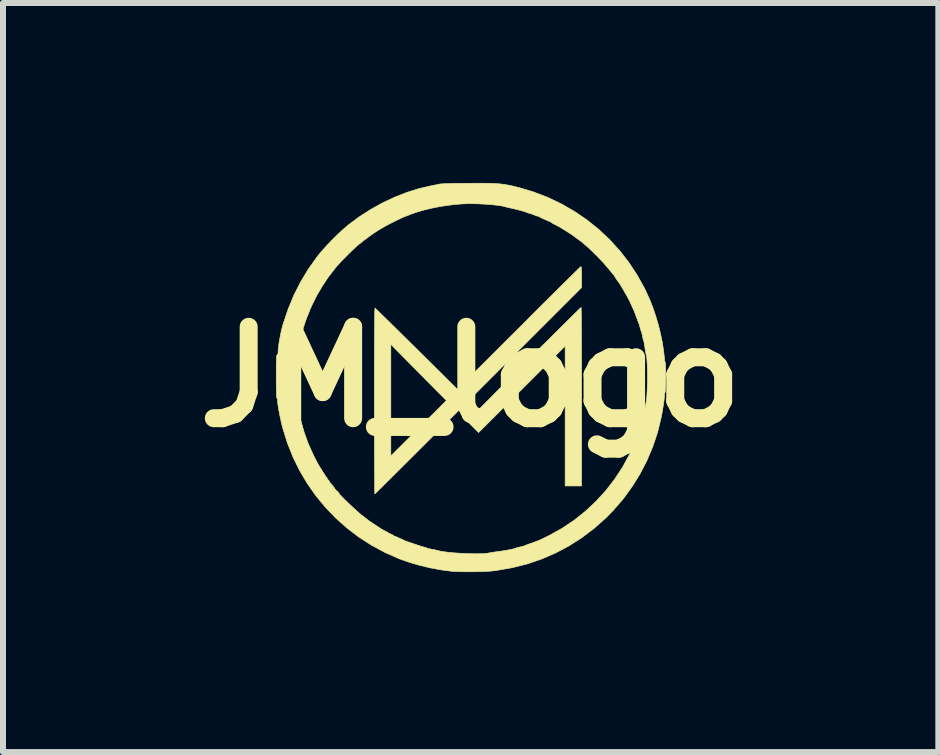
<source format=kicad_pcb>
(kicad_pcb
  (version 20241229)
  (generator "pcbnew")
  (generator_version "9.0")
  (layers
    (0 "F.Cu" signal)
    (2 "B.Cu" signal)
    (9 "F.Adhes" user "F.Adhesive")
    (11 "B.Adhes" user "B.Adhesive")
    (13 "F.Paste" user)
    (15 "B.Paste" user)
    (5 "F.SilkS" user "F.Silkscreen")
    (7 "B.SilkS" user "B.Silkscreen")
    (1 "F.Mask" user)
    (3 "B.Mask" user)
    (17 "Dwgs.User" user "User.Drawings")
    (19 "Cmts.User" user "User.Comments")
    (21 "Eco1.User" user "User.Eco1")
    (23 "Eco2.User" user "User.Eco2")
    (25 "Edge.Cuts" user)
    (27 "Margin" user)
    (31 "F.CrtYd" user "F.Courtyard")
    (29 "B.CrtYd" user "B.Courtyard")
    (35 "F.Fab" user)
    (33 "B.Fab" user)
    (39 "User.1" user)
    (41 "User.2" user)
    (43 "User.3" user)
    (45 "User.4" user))
  (footprint "JM_logo"
    (layer "F.Cu")
    (at 4.797 3.233)
    (property "Reference" "JM_logo" (at 0 0 0) (layer "F.SilkS") (effects (font (size 1.524 1.524) (thickness 0.3))))
    (attr through_hole)
    (fp_poly (pts (xy 1.842 -1.148) (xy 1.843 -1.119) (xy 1.844 -1.072) (xy 1.845 -1.008) (xy 1.846 -0.928) (xy 1.846 -0.833) (xy 1.847 -0.725) (xy 1.847 -0.604) (xy 1.848 -0.472) (xy 1.848 -0.33) (xy 1.849 -0.178) (xy 1.849 -0.019) (xy 1.849 0.147) (xy 1.849 0.319) (xy 1.849 0.33) (xy 1.849 1.819) (xy 1.575 1.819) (xy 1.575 -0.513) (xy 0.854 0.208) (xy 0.132 0.929) (xy 0.041 0.838) (xy 0.006 0.803) (xy -0.022 0.772) (xy -0.042 0.75) (xy -0.051 0.737) (xy -0.051 0.737) (xy -0.044 0.729) (xy -0.023 0.707) (xy 0.009 0.673) (xy 0.053 0.628) (xy 0.108 0.573) (xy 0.172 0.508) (xy 0.243 0.436) (xy 0.323 0.356) (xy 0.408 0.27) (xy 0.498 0.179) (xy 0.593 0.084) (xy 0.691 -0.014) (xy 0.791 -0.115) (xy 0.891 -0.216) (xy 0.992 -0.317) (xy 1.092 -0.417) (xy 1.19 -0.515) (xy 1.285 -0.609) (xy 1.376 -0.7) (xy 1.462 -0.785) (xy 1.541 -0.864) (xy 1.614 -0.936) (xy 1.678 -1) (xy 1.733 -1.054) (xy 1.778 -1.098) (xy 1.812 -1.131) (xy 1.833 -1.151) (xy 1.842 -1.158) (xy 1.842 -1.148)) (stroke (width 0.01) (type solid)) (fill yes) (layer "F.SilkS"))
    (fp_poly (pts (xy 1.843 -1.829) (xy 1.846 -1.799) (xy 1.848 -1.75) (xy 1.849 -1.681) (xy 1.849 -1.664) (xy 1.849 -1.488) (xy 0.13 0.231) (xy -0.027 0.387) (xy -0.179 0.54) (xy -0.327 0.688) (xy -0.47 0.83) (xy -0.608 0.968) (xy -0.739 1.099) (xy -0.863 1.222) (xy -0.98 1.339) (xy -1.089 1.447) (xy -1.189 1.547) (xy -1.279 1.637) (xy -1.36 1.717) (xy -1.43 1.786) (xy -1.488 1.844) (xy -1.535 1.89) (xy -1.569 1.924) (xy -1.59 1.944) (xy -1.598 1.951) (xy -1.599 1.941) (xy -1.599 1.912) (xy -1.6 1.864) (xy -1.601 1.8) (xy -1.602 1.72) (xy -1.602 1.625) (xy -1.603 1.516) (xy -1.603 1.394) (xy -1.604 1.314) (xy -1.331 1.314) (xy -1.303 1.29) (xy -1.291 1.278) (xy -1.266 1.254) (xy -1.23 1.217) (xy -1.183 1.171) (xy -1.127 1.115) (xy -1.063 1.052) (xy -0.993 0.982) (xy -0.918 0.907) (xy -0.84 0.83) (xy -0.405 0.395) (xy -0.834 -0.039) (xy -0.912 -0.118) (xy -0.987 -0.193) (xy -1.057 -0.264) (xy -1.12 -0.328) (xy -1.176 -0.385) (xy -1.224 -0.433) (xy -1.26 -0.47) (xy -1.286 -0.496) (xy -1.297 -0.508) (xy -1.331 -0.543) (xy -1.331 1.314) (xy -1.604 1.314) (xy -1.604 1.262) (xy -1.604 1.118) (xy -1.605 0.966) (xy -1.605 0.805) (xy -1.605 0.637) (xy -1.605 0.463) (xy -1.605 0.4) (xy -1.605 0.16) (xy -1.605 -0.06) (xy -1.605 -0.26) (xy -1.604 -0.44) (xy -1.604 -0.599) (xy -1.603 -0.738) (xy -1.602 -0.857) (xy -1.601 -0.955) (xy -1.6 -1.033) (xy -1.599 -1.091) (xy -1.597 -1.128) (xy -1.596 -1.145) (xy -1.595 -1.146) (xy -1.587 -1.139) (xy -1.565 -1.118) (xy -1.53 -1.085) (xy -1.485 -1.04) (xy -1.428 -0.986) (xy -1.363 -0.922) (xy -1.289 -0.849) (xy -1.208 -0.769) (xy -1.121 -0.683) (xy -1.028 -0.591) (xy -0.931 -0.495) (xy -0.904 -0.469) (xy -0.223 0.206) (xy -0.165 0.151) (xy -0.151 0.137) (xy -0.123 0.11) (xy -0.083 0.07) (xy -0.031 0.019) (xy 0.032 -0.044) (xy 0.104 -0.116) (xy 0.186 -0.197) (xy 0.276 -0.287) (xy 0.372 -0.383) (xy 0.475 -0.486) (xy 0.584 -0.595) (xy 0.697 -0.708) (xy 0.814 -0.824) (xy 0.861 -0.871) (xy 0.977 -0.988) (xy 1.09 -1.101) (xy 1.198 -1.209) (xy 1.301 -1.311) (xy 1.397 -1.406) (xy 1.486 -1.495) (xy 1.567 -1.575) (xy 1.639 -1.646) (xy 1.702 -1.707) (xy 1.753 -1.758) (xy 1.793 -1.797) (xy 1.821 -1.824) (xy 1.836 -1.837) (xy 1.839 -1.839) (xy 1.843 -1.829)) (stroke (width 0.01) (type solid)) (fill yes) (layer "F.SilkS"))
    (fp_poly (pts (xy 0.196 -3.228) (xy 0.286 -3.227) (xy 0.363 -3.225) (xy 0.43 -3.222) (xy 0.49 -3.217) (xy 0.545 -3.211) (xy 0.599 -3.202) (xy 0.653 -3.192) (xy 0.71 -3.179) (xy 0.774 -3.163) (xy 0.808 -3.155) (xy 1.054 -3.081) (xy 1.291 -2.99) (xy 1.518 -2.881) (xy 1.736 -2.755) (xy 1.942 -2.614) (xy 2.136 -2.458) (xy 2.318 -2.287) (xy 2.486 -2.102) (xy 2.64 -1.904) (xy 2.778 -1.694) (xy 2.901 -1.472) (xy 2.985 -1.289) (xy 3.037 -1.158) (xy 3.085 -1.015) (xy 3.129 -0.867) (xy 3.166 -0.717) (xy 3.196 -0.571) (xy 3.217 -0.433) (xy 3.228 -0.333) (xy 3.231 -0.293) (xy 3.236 -0.263) (xy 3.241 -0.246) (xy 3.243 -0.244) (xy 3.245 -0.234) (xy 3.248 -0.208) (xy 3.249 -0.167) (xy 3.251 -0.117) (xy 3.251 -0.059) (xy 3.251 0.002) (xy 3.251 0.063) (xy 3.25 0.122) (xy 3.248 0.174) (xy 3.247 0.216) (xy 3.244 0.246) (xy 3.241 0.259) (xy 3.241 0.259) (xy 3.235 0.272) (xy 3.231 0.298) (xy 3.231 0.307) (xy 3.229 0.344) (xy 3.223 0.397) (xy 3.214 0.462) (xy 3.202 0.535) (xy 3.189 0.612) (xy 3.174 0.689) (xy 3.115 0.929) (xy 3.036 1.165) (xy 2.939 1.395) (xy 2.825 1.616) (xy 2.693 1.829) (xy 2.546 2.031) (xy 2.383 2.22) (xy 2.251 2.355) (xy 2.056 2.528) (xy 1.852 2.682) (xy 1.639 2.818) (xy 1.417 2.936) (xy 1.186 3.036) (xy 0.946 3.118) (xy 0.697 3.181) (xy 0.439 3.226) (xy 0.361 3.236) (xy 0.303 3.241) (xy 0.229 3.245) (xy 0.144 3.248) (xy 0.053 3.249) (xy -0.04 3.25) (xy -0.131 3.249) (xy -0.214 3.247) (xy -0.285 3.244) (xy -0.33 3.24) (xy -0.501 3.217) (xy -0.678 3.184) (xy -0.856 3.141) (xy -1.027 3.091) (xy -1.186 3.035) (xy -1.205 3.027) (xy -1.437 2.924) (xy -1.658 2.804) (xy -1.869 2.668) (xy -2.067 2.516) (xy -2.253 2.35) (xy -2.425 2.171) (xy -2.583 1.979) (xy -2.726 1.775) (xy -2.853 1.56) (xy -2.963 1.336) (xy -3.056 1.102) (xy -3.131 0.86) (xy -3.141 0.825) (xy -3.158 0.753) (xy -3.174 0.678) (xy -3.19 0.604) (xy -3.202 0.533) (xy -3.212 0.471) (xy -3.219 0.42) (xy -3.221 0.389) (xy -3.223 0.366) (xy -3.23 0.356) (xy -3.231 0.356) (xy -3.234 0.346) (xy -3.236 0.316) (xy -3.238 0.267) (xy -3.24 0.199) (xy -3.241 0.113) (xy -3.241 0.009) (xy -3.241 -0.005) (xy -3.241 -0.016) (xy -2.919 -0.016) (xy -2.918 0.045) (xy -2.915 0.118) (xy -2.909 0.2) (xy -2.902 0.287) (xy -2.892 0.374) (xy -2.882 0.459) (xy -2.87 0.538) (xy -2.857 0.605) (xy -2.857 0.61) (xy -2.84 0.686) (xy -2.821 0.763) (xy -2.801 0.837) (xy -2.782 0.904) (xy -2.764 0.96) (xy -2.749 1) (xy -2.749 1.001) (xy -2.737 1.031) (xy -2.728 1.057) (xy -2.719 1.085) (xy -2.708 1.113) (xy -2.695 1.141) (xy -2.679 1.176) (xy -2.674 1.189) (xy -2.648 1.245) (xy -2.621 1.305) (xy -2.592 1.363) (xy -2.564 1.417) (xy -2.539 1.463) (xy -2.518 1.499) (xy -2.503 1.521) (xy -2.5 1.524) (xy -2.492 1.536) (xy -2.48 1.558) (xy -2.479 1.56) (xy -2.465 1.585) (xy -2.451 1.603) (xy -2.451 1.603) (xy -2.44 1.619) (xy -2.438 1.625) (xy -2.432 1.637) (xy -2.417 1.657) (xy -2.413 1.662) (xy -2.396 1.684) (xy -2.388 1.702) (xy -2.388 1.704) (xy -2.381 1.716) (xy -2.377 1.717) (xy -2.365 1.725) (xy -2.36 1.735) (xy -2.348 1.758) (xy -2.34 1.768) (xy -2.309 1.805) (xy -2.285 1.835) (xy -2.269 1.856) (xy -2.266 1.863) (xy -2.259 1.874) (xy -2.241 1.892) (xy -2.23 1.903) (xy -2.209 1.923) (xy -2.196 1.939) (xy -2.195 1.943) (xy -2.187 1.955) (xy -2.167 1.977) (xy -2.137 2.009) (xy -2.099 2.047) (xy -2.054 2.09) (xy -2.007 2.135) (xy -1.958 2.181) (xy -1.911 2.224) (xy -1.868 2.263) (xy -1.831 2.295) (xy -1.803 2.316) (xy -1.764 2.346) (xy -1.738 2.366) (xy -1.721 2.38) (xy -1.71 2.388) (xy -1.704 2.393) (xy -1.689 2.404) (xy -1.663 2.421) (xy -1.641 2.436) (xy -1.612 2.455) (xy -1.589 2.47) (xy -1.579 2.477) (xy -1.562 2.489) (xy -1.544 2.5) (xy -1.524 2.512) (xy -1.514 2.52) (xy -1.506 2.526) (xy -1.488 2.537) (xy -1.458 2.554) (xy -1.412 2.578) (xy -1.388 2.591) (xy -1.373 2.601) (xy -1.372 2.602) (xy -1.36 2.609) (xy -1.336 2.619) (xy -1.328 2.622) (xy -1.304 2.632) (xy -1.291 2.642) (xy -1.29 2.644) (xy -1.283 2.652) (xy -1.28 2.652) (xy -1.267 2.656) (xy -1.241 2.666) (xy -1.207 2.681) (xy -1.171 2.697) (xy -1.137 2.712) (xy -1.114 2.724) (xy -1.092 2.734) (xy -1.062 2.745) (xy -1.053 2.748) (xy -1.025 2.758) (xy -0.985 2.771) (xy -0.938 2.787) (xy -0.909 2.797) (xy -0.863 2.813) (xy -0.82 2.826) (xy -0.786 2.836) (xy -0.772 2.84) (xy -0.745 2.847) (xy -0.728 2.854) (xy -0.726 2.855) (xy -0.712 2.86) (xy -0.683 2.867) (xy -0.647 2.874) (xy -0.645 2.875) (xy -0.604 2.882) (xy -0.567 2.89) (xy -0.544 2.896) (xy -0.502 2.907) (xy -0.443 2.916) (xy -0.372 2.925) (xy -0.291 2.933) (xy -0.204 2.939) (xy -0.113 2.944) (xy -0.023 2.948) (xy 0.063 2.949) (xy 0.143 2.949) (xy 0.212 2.947) (xy 0.267 2.943) (xy 0.305 2.936) (xy 0.329 2.931) (xy 0.368 2.925) (xy 0.416 2.918) (xy 0.457 2.912) (xy 0.526 2.903) (xy 0.592 2.892) (xy 0.651 2.881) (xy 0.7 2.871) (xy 0.736 2.862) (xy 0.752 2.856) (xy 0.771 2.849) (xy 0.801 2.841) (xy 0.828 2.835) (xy 0.863 2.827) (xy 0.891 2.818) (xy 0.904 2.814) (xy 0.92 2.806) (xy 0.95 2.795) (xy 0.989 2.781) (xy 1.006 2.775) (xy 1.058 2.757) (xy 1.103 2.74) (xy 1.145 2.723) (xy 1.19 2.703) (xy 1.242 2.678) (xy 1.306 2.646) (xy 1.316 2.641) (xy 1.526 2.524) (xy 1.726 2.39) (xy 1.914 2.24) (xy 2.09 2.075) (xy 2.253 1.897) (xy 2.4 1.707) (xy 2.533 1.505) (xy 2.648 1.293) (xy 2.747 1.072) (xy 2.752 1.058) (xy 2.787 0.966) (xy 2.817 0.877) (xy 2.843 0.788) (xy 2.868 0.694) (xy 2.892 0.59) (xy 2.916 0.472) (xy 2.926 0.417) (xy 2.933 0.37) (xy 2.938 0.31) (xy 2.942 0.238) (xy 2.945 0.159) (xy 2.947 0.076) (xy 2.948 -0.009) (xy 2.947 -0.092) (xy 2.945 -0.17) (xy 2.942 -0.239) (xy 2.938 -0.298) (xy 2.933 -0.342) (xy 2.927 -0.366) (xy 2.922 -0.387) (xy 2.915 -0.422) (xy 2.908 -0.465) (xy 2.905 -0.488) (xy 2.899 -0.53) (xy 2.893 -0.566) (xy 2.888 -0.589) (xy 2.885 -0.594) (xy 2.88 -0.609) (xy 2.873 -0.637) (xy 2.865 -0.674) (xy 2.865 -0.676) (xy 2.858 -0.712) (xy 2.851 -0.741) (xy 2.845 -0.757) (xy 2.845 -0.757) (xy 2.839 -0.772) (xy 2.83 -0.8) (xy 2.824 -0.823) (xy 2.816 -0.856) (xy 2.808 -0.88) (xy 2.804 -0.889) (xy 2.797 -0.905) (xy 2.787 -0.931) (xy 2.784 -0.94) (xy 2.772 -0.975) (xy 2.759 -1.009) (xy 2.758 -1.012) (xy 2.748 -1.036) (xy 2.743 -1.05) (xy 2.743 -1.051) (xy 2.739 -1.063) (xy 2.729 -1.088) (xy 2.717 -1.116) (xy 2.698 -1.156) (xy 2.68 -1.198) (xy 2.67 -1.219) (xy 2.657 -1.249) (xy 2.645 -1.273) (xy 2.641 -1.28) (xy 2.631 -1.299) (xy 2.617 -1.326) (xy 2.614 -1.331) (xy 2.602 -1.355) (xy 2.593 -1.37) (xy 2.591 -1.372) (xy 2.584 -1.383) (xy 2.571 -1.406) (xy 2.568 -1.412) (xy 2.55 -1.445) (xy 2.531 -1.477) (xy 2.53 -1.478) (xy 2.511 -1.51) (xy 2.493 -1.539) (xy 2.48 -1.561) (xy 2.471 -1.574) (xy 2.47 -1.575) (xy 2.46 -1.586) (xy 2.444 -1.608) (xy 2.426 -1.634) (xy 2.41 -1.659) (xy 2.4 -1.676) (xy 2.398 -1.681) (xy 2.392 -1.692) (xy 2.38 -1.705) (xy 2.363 -1.725) (xy 2.34 -1.752) (xy 2.332 -1.763) (xy 2.271 -1.836) (xy 2.203 -1.913) (xy 2.129 -1.991) (xy 2.053 -2.067) (xy 1.978 -2.139) (xy 1.907 -2.203) (xy 1.842 -2.257) (xy 1.788 -2.296) (xy 1.765 -2.313) (xy 1.737 -2.333) (xy 1.732 -2.337) (xy 1.71 -2.354) (xy 1.69 -2.368) (xy 1.666 -2.384) (xy 1.635 -2.404) (xy 1.6 -2.426) (xy 1.548 -2.459) (xy 1.507 -2.484) (xy 1.472 -2.505) (xy 1.437 -2.523) (xy 1.402 -2.541) (xy 1.369 -2.558) (xy 1.345 -2.573) (xy 1.333 -2.582) (xy 1.333 -2.582) (xy 1.321 -2.591) (xy 1.318 -2.591) (xy 1.304 -2.595) (xy 1.277 -2.606) (xy 1.242 -2.622) (xy 1.203 -2.639) (xy 1.166 -2.657) (xy 1.147 -2.668) (xy 1.123 -2.678) (xy 1.108 -2.682) (xy 1.092 -2.686) (xy 1.066 -2.696) (xy 1.054 -2.701) (xy 1.018 -2.715) (xy 0.983 -2.726) (xy 0.975 -2.728) (xy 0.949 -2.735) (xy 0.931 -2.743) (xy 0.93 -2.744) (xy 0.914 -2.75) (xy 0.883 -2.76) (xy 0.841 -2.772) (xy 0.791 -2.785) (xy 0.738 -2.798) (xy 0.686 -2.81) (xy 0.686 -2.81) (xy 0.645 -2.819) (xy 0.608 -2.828) (xy 0.584 -2.834) (xy 0.537 -2.846) (xy 0.473 -2.857) (xy 0.397 -2.866) (xy 0.31 -2.874) (xy 0.218 -2.88) (xy 0.124 -2.885) (xy 0.031 -2.887) (xy -0.058 -2.887) (xy -0.132 -2.884) (xy -0.255 -2.875) (xy -0.383 -2.859) (xy -0.513 -2.839) (xy -0.641 -2.814) (xy -0.763 -2.785) (xy -0.875 -2.754) (xy -0.973 -2.721) (xy -1.033 -2.697) (xy -1.056 -2.687) (xy -1.071 -2.682) (xy -1.071 -2.682) (xy -1.086 -2.678) (xy -1.118 -2.665) (xy -1.163 -2.644) (xy -1.221 -2.616) (xy -1.28 -2.587) (xy -1.375 -2.539) (xy -1.46 -2.492) (xy -1.539 -2.445) (xy -1.616 -2.395) (xy -1.696 -2.338) (xy -1.783 -2.273) (xy -1.88 -2.196) (xy -1.885 -2.192) (xy -1.908 -2.172) (xy -1.943 -2.139) (xy -1.985 -2.099) (xy -2.032 -2.053) (xy -2.08 -2.004) (xy -2.127 -1.957) (xy -2.17 -1.913) (xy -2.204 -1.876) (xy -2.228 -1.849) (xy -2.233 -1.844) (xy -2.255 -1.816) (xy -2.284 -1.779) (xy -2.314 -1.741) (xy -2.316 -1.737) (xy -2.341 -1.705) (xy -2.361 -1.679) (xy -2.373 -1.663) (xy -2.375 -1.661) (xy -2.384 -1.648) (xy -2.401 -1.623) (xy -2.415 -1.6) (xy -2.434 -1.571) (xy -2.45 -1.548) (xy -2.456 -1.539) (xy -2.465 -1.526) (xy -2.481 -1.5) (xy -2.499 -1.468) (xy -2.517 -1.437) (xy -2.532 -1.413) (xy -2.54 -1.402) (xy -2.54 -1.402) (xy -2.546 -1.391) (xy -2.56 -1.366) (xy -2.578 -1.331) (xy -2.599 -1.288) (xy -2.621 -1.243) (xy -2.643 -1.2) (xy -2.661 -1.161) (xy -2.675 -1.131) (xy -2.682 -1.114) (xy -2.682 -1.112) (xy -2.686 -1.099) (xy -2.696 -1.075) (xy -2.701 -1.063) (xy -2.733 -0.985) (xy -2.767 -0.889) (xy -2.789 -0.818) (xy -2.802 -0.771) (xy -2.816 -0.726) (xy -2.827 -0.69) (xy -2.829 -0.681) (xy -2.838 -0.648) (xy -2.847 -0.604) (xy -2.855 -0.558) (xy -2.856 -0.554) (xy -2.862 -0.514) (xy -2.869 -0.483) (xy -2.875 -0.464) (xy -2.876 -0.462) (xy -2.879 -0.449) (xy -2.883 -0.419) (xy -2.888 -0.377) (xy -2.893 -0.325) (xy -2.895 -0.295) (xy -2.9 -0.233) (xy -2.905 -0.171) (xy -2.911 -0.115) (xy -2.915 -0.072) (xy -2.916 -0.061) (xy -2.919 -0.016) (xy -3.241 -0.016) (xy -3.241 -0.101) (xy -3.241 -0.179) (xy -3.24 -0.24) (xy -3.239 -0.287) (xy -3.237 -0.321) (xy -3.235 -0.343) (xy -3.233 -0.357) (xy -3.229 -0.364) (xy -3.226 -0.366) (xy -3.217 -0.371) (xy -3.212 -0.388) (xy -3.21 -0.421) (xy -3.21 -0.424) (xy -3.208 -0.467) (xy -3.201 -0.525) (xy -3.191 -0.593) (xy -3.177 -0.666) (xy -3.163 -0.739) (xy -3.147 -0.808) (xy -3.131 -0.867) (xy -3.13 -0.869) (xy -3.047 -1.119) (xy -2.95 -1.356) (xy -2.836 -1.581) (xy -2.707 -1.795) (xy -2.561 -2) (xy -2.524 -2.047) (xy -2.47 -2.111) (xy -2.404 -2.184) (xy -2.332 -2.26) (xy -2.255 -2.337) (xy -2.179 -2.41) (xy -2.108 -2.475) (xy -2.044 -2.529) (xy -2.037 -2.535) (xy -1.858 -2.668) (xy -1.668 -2.79) (xy -1.471 -2.9) (xy -1.269 -2.995) (xy -1.065 -3.075) (xy -0.862 -3.139) (xy -0.684 -3.18) (xy -0.634 -3.19) (xy -0.585 -3.2) (xy -0.546 -3.209) (xy -0.528 -3.213) (xy -0.504 -3.216) (xy -0.46 -3.219) (xy -0.396 -3.222) (xy -0.312 -3.224) (xy -0.208 -3.226) (xy -0.086 -3.227) (xy -0.03 -3.227) (xy 0.092 -3.228) (xy 0.196 -3.228)) (stroke (width 0.01) (type solid)) (fill yes) (layer "F.SilkS")))
  (gr_rect
    (start -3 -3)
    (end 12.594 9.488)
    (stroke (width 0.1) (type default))
    (fill no)
    (layer "Edge.Cuts")))
</source>
